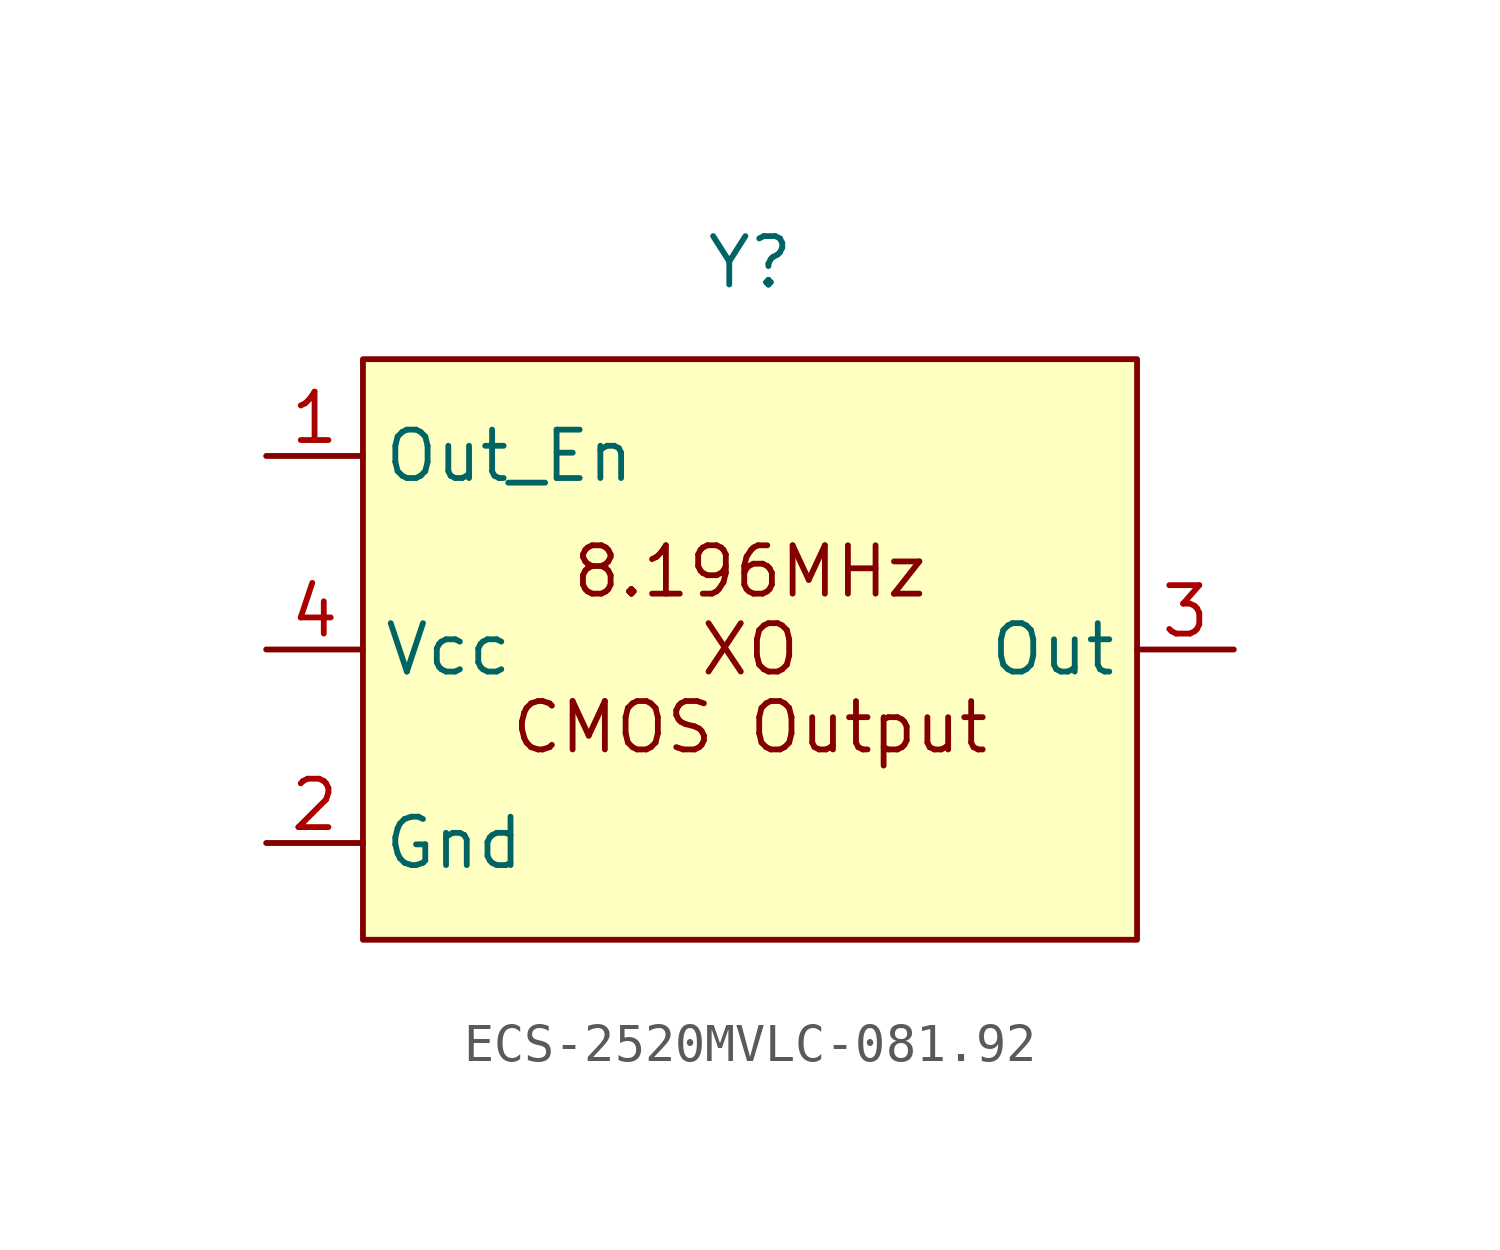
<source format=kicad_sym>
(kicad_symbol_lib
  (version 20220914)
  (generator kicad_symbol_editor)
  (symbol "ECS-2520MVLC-081.92"
    (property "Reference" "Y"
      (at 0 10.16 0)
      (effects (font (size 1.27 1.27))))
    (property "Value" ""
      (at 0 0 0)
      (effects (font (size 1.27 1.27))))
    (symbol "ECS-2520MVLC-081.92_1_1"
      (rectangle (start -10.16 7.62) (end 10.16 -7.62) (stroke (width 0) (type default)) (fill (type background)))
      (text "8.196MHz\nXO\nCMOS Output" (at 0 0 0) (effects (font (size 1.27 1.27))))
      (pin input line (at -12.7 5.08 0) (length 2.54) (name "Out_En" (effects (font (size 1.27 1.27)))) (number "1" (effects (font (size 1.27 1.27)))))
      (pin input line (at -12.7 -5.08 0) (length 2.54) (name "Gnd" (effects (font (size 1.27 1.27)))) (number "2" (effects (font (size 1.27 1.27)))))
      (pin input line (at 12.7 0 180) (length 2.54) (name "Out" (effects (font (size 1.27 1.27)))) (number "3" (effects (font (size 1.27 1.27)))))
      (pin input line (at -12.7 0 0) (length 2.54) (name "Vcc" (effects (font (size 1.27 1.27)))) (number "4" (effects (font (size 1.27 1.27))))))))
</source>
